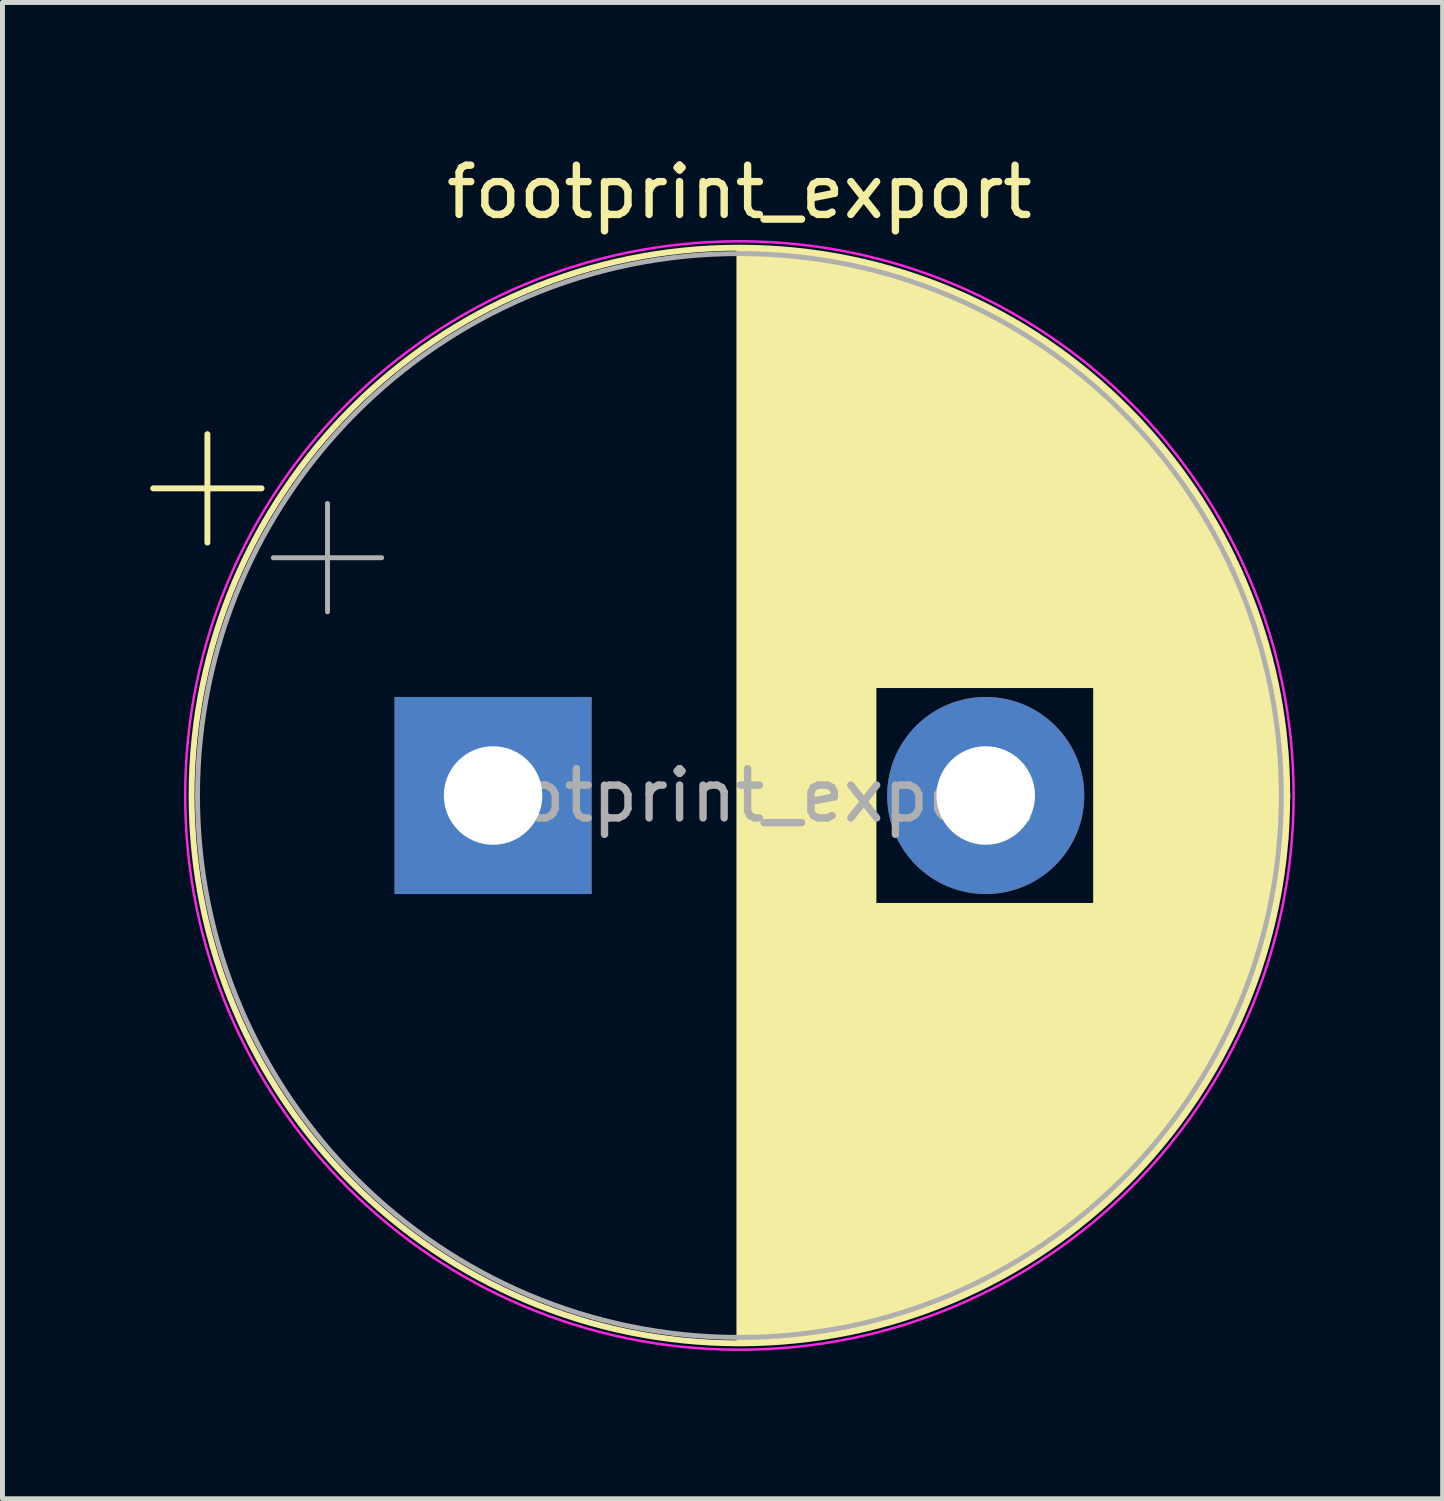
<source format=kicad_pcb>
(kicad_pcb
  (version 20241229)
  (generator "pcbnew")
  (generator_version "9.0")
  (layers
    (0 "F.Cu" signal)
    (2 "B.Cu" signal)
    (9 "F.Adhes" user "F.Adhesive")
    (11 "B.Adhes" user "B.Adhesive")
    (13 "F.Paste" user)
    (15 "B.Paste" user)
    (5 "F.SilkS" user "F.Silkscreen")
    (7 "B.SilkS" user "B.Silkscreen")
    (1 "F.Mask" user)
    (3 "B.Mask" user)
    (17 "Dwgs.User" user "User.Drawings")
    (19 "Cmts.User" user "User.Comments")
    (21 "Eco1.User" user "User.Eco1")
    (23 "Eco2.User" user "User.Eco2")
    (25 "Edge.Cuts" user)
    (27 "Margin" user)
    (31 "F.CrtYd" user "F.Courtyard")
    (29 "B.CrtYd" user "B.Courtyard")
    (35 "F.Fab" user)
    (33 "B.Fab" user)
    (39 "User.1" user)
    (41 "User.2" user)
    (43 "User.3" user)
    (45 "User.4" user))
  (footprint "footprint_export"
    (layer "F.Cu")
    (at 6.959 13.098)
    (property "Reference" "footprint_export" (at 5 -12.25 0) (layer "F.SilkS") (effects (font (size 1 1) (thickness 0.15))))
    (attr through_hole)
    (fp_line (start -6.899 -6.235) (end -4.699 -6.235) (stroke (width 0.12) (type solid)) (layer "F.SilkS"))
    (fp_line (start -5.799 -7.335) (end -5.799 -5.135) (stroke (width 0.12) (type solid)) (layer "F.SilkS"))
    (fp_line (start 5 -11.081) (end 5 11.081) (stroke (width 0.12) (type solid)) (layer "F.SilkS"))
    (fp_line (start 5.04 -11.08) (end 5.04 11.08) (stroke (width 0.12) (type solid)) (layer "F.SilkS"))
    (fp_line (start 5.08 -11.08) (end 5.08 11.08) (stroke (width 0.12) (type solid)) (layer "F.SilkS"))
    (fp_line (start 5.12 -11.08) (end 5.12 11.08) (stroke (width 0.12) (type solid)) (layer "F.SilkS"))
    (fp_line (start 5.16 -11.079) (end 5.16 11.079) (stroke (width 0.12) (type solid)) (layer "F.SilkS"))
    (fp_line (start 5.2 -11.079) (end 5.2 11.079) (stroke (width 0.12) (type solid)) (layer "F.SilkS"))
    (fp_line (start 5.24 -11.078) (end 5.24 11.078) (stroke (width 0.12) (type solid)) (layer "F.SilkS"))
    (fp_line (start 5.28 -11.077) (end 5.28 11.077) (stroke (width 0.12) (type solid)) (layer "F.SilkS"))
    (fp_line (start 5.32 -11.076) (end 5.32 11.076) (stroke (width 0.12) (type solid)) (layer "F.SilkS"))
    (fp_line (start 5.36 -11.075) (end 5.36 11.075) (stroke (width 0.12) (type solid)) (layer "F.SilkS"))
    (fp_line (start 5.4 -11.073) (end 5.4 11.073) (stroke (width 0.12) (type solid)) (layer "F.SilkS"))
    (fp_line (start 5.44 -11.072) (end 5.44 11.072) (stroke (width 0.12) (type solid)) (layer "F.SilkS"))
    (fp_line (start 5.48 -11.07) (end 5.48 11.07) (stroke (width 0.12) (type solid)) (layer "F.SilkS"))
    (fp_line (start 5.52 -11.068) (end 5.52 11.068) (stroke (width 0.12) (type solid)) (layer "F.SilkS"))
    (fp_line (start 5.56 -11.066) (end 5.56 11.066) (stroke (width 0.12) (type solid)) (layer "F.SilkS"))
    (fp_line (start 5.6 -11.064) (end 5.6 11.064) (stroke (width 0.12) (type solid)) (layer "F.SilkS"))
    (fp_line (start 5.64 -11.062) (end 5.64 11.062) (stroke (width 0.12) (type solid)) (layer "F.SilkS"))
    (fp_line (start 5.68 -11.06) (end 5.68 11.06) (stroke (width 0.12) (type solid)) (layer "F.SilkS"))
    (fp_line (start 5.721 -11.057) (end 5.721 11.057) (stroke (width 0.12) (type solid)) (layer "F.SilkS"))
    (fp_line (start 5.761 -11.054) (end 5.761 11.054) (stroke (width 0.12) (type solid)) (layer "F.SilkS"))
    (fp_line (start 5.801 -11.052) (end 5.801 11.052) (stroke (width 0.12) (type solid)) (layer "F.SilkS"))
    (fp_line (start 5.841 -11.049) (end 5.841 11.049) (stroke (width 0.12) (type solid)) (layer "F.SilkS"))
    (fp_line (start 5.881 -11.046) (end 5.881 11.046) (stroke (width 0.12) (type solid)) (layer "F.SilkS"))
    (fp_line (start 5.921 -11.042) (end 5.921 11.042) (stroke (width 0.12) (type solid)) (layer "F.SilkS"))
    (fp_line (start 5.961 -11.039) (end 5.961 11.039) (stroke (width 0.12) (type solid)) (layer "F.SilkS"))
    (fp_line (start 6.001 -11.035) (end 6.001 11.035) (stroke (width 0.12) (type solid)) (layer "F.SilkS"))
    (fp_line (start 6.041 -11.032) (end 6.041 11.032) (stroke (width 0.12) (type solid)) (layer "F.SilkS"))
    (fp_line (start 6.081 -11.028) (end 6.081 11.028) (stroke (width 0.12) (type solid)) (layer "F.SilkS"))
    (fp_line (start 6.121 -11.024) (end 6.121 11.024) (stroke (width 0.12) (type solid)) (layer "F.SilkS"))
    (fp_line (start 6.161 -11.02) (end 6.161 11.02) (stroke (width 0.12) (type solid)) (layer "F.SilkS"))
    (fp_line (start 6.201 -11.016) (end 6.201 11.016) (stroke (width 0.12) (type solid)) (layer "F.SilkS"))
    (fp_line (start 6.241 -11.011) (end 6.241 11.011) (stroke (width 0.12) (type solid)) (layer "F.SilkS"))
    (fp_line (start 6.281 -11.007) (end 6.281 11.007) (stroke (width 0.12) (type solid)) (layer "F.SilkS"))
    (fp_line (start 6.321 -11.002) (end 6.321 11.002) (stroke (width 0.12) (type solid)) (layer "F.SilkS"))
    (fp_line (start 6.361 -10.997) (end 6.361 10.997) (stroke (width 0.12) (type solid)) (layer "F.SilkS"))
    (fp_line (start 6.401 -10.992) (end 6.401 10.992) (stroke (width 0.12) (type solid)) (layer "F.SilkS"))
    (fp_line (start 6.441 -10.987) (end 6.441 10.987) (stroke (width 0.12) (type solid)) (layer "F.SilkS"))
    (fp_line (start 6.481 -10.982) (end 6.481 10.982) (stroke (width 0.12) (type solid)) (layer "F.SilkS"))
    (fp_line (start 6.521 -10.976) (end 6.521 10.976) (stroke (width 0.12) (type solid)) (layer "F.SilkS"))
    (fp_line (start 6.561 -10.971) (end 6.561 10.971) (stroke (width 0.12) (type solid)) (layer "F.SilkS"))
    (fp_line (start 6.601 -10.965) (end 6.601 10.965) (stroke (width 0.12) (type solid)) (layer "F.SilkS"))
    (fp_line (start 6.641 -10.959) (end 6.641 10.959) (stroke (width 0.12) (type solid)) (layer "F.SilkS"))
    (fp_line (start 6.681 -10.953) (end 6.681 10.953) (stroke (width 0.12) (type solid)) (layer "F.SilkS"))
    (fp_line (start 6.721 -10.947) (end 6.721 10.947) (stroke (width 0.12) (type solid)) (layer "F.SilkS"))
    (fp_line (start 6.761 -10.94) (end 6.761 10.94) (stroke (width 0.12) (type solid)) (layer "F.SilkS"))
    (fp_line (start 6.801 -10.934) (end 6.801 10.934) (stroke (width 0.12) (type solid)) (layer "F.SilkS"))
    (fp_line (start 6.841 -10.927) (end 6.841 10.927) (stroke (width 0.12) (type solid)) (layer "F.SilkS"))
    (fp_line (start 6.881 -10.92) (end 6.881 10.92) (stroke (width 0.12) (type solid)) (layer "F.SilkS"))
    (fp_line (start 6.921 -10.913) (end 6.921 10.913) (stroke (width 0.12) (type solid)) (layer "F.SilkS"))
    (fp_line (start 6.961 -10.906) (end 6.961 10.906) (stroke (width 0.12) (type solid)) (layer "F.SilkS"))
    (fp_line (start 7.001 -10.899) (end 7.001 10.899) (stroke (width 0.12) (type solid)) (layer "F.SilkS"))
    (fp_line (start 7.041 -10.892) (end 7.041 10.892) (stroke (width 0.12) (type solid)) (layer "F.SilkS"))
    (fp_line (start 7.081 -10.884) (end 7.081 10.884) (stroke (width 0.12) (type solid)) (layer "F.SilkS"))
    (fp_line (start 7.121 -10.877) (end 7.121 10.877) (stroke (width 0.12) (type solid)) (layer "F.SilkS"))
    (fp_line (start 7.161 -10.869) (end 7.161 10.869) (stroke (width 0.12) (type solid)) (layer "F.SilkS"))
    (fp_line (start 7.201 -10.861) (end 7.201 10.861) (stroke (width 0.12) (type solid)) (layer "F.SilkS"))
    (fp_line (start 7.241 -10.853) (end 7.241 10.853) (stroke (width 0.12) (type solid)) (layer "F.SilkS"))
    (fp_line (start 7.281 -10.844) (end 7.281 10.844) (stroke (width 0.12) (type solid)) (layer "F.SilkS"))
    (fp_line (start 7.321 -10.836) (end 7.321 10.836) (stroke (width 0.12) (type solid)) (layer "F.SilkS"))
    (fp_line (start 7.361 -10.827) (end 7.361 10.827) (stroke (width 0.12) (type solid)) (layer "F.SilkS"))
    (fp_line (start 7.401 -10.818) (end 7.401 10.818) (stroke (width 0.12) (type solid)) (layer "F.SilkS"))
    (fp_line (start 7.441 -10.809) (end 7.441 10.809) (stroke (width 0.12) (type solid)) (layer "F.SilkS"))
    (fp_line (start 7.481 -10.8) (end 7.481 10.8) (stroke (width 0.12) (type solid)) (layer "F.SilkS"))
    (fp_line (start 7.521 -10.791) (end 7.521 10.791) (stroke (width 0.12) (type solid)) (layer "F.SilkS"))
    (fp_line (start 7.561 -10.782) (end 7.561 10.782) (stroke (width 0.12) (type solid)) (layer "F.SilkS"))
    (fp_line (start 7.601 -10.772) (end 7.601 10.772) (stroke (width 0.12) (type solid)) (layer "F.SilkS"))
    (fp_line (start 7.641 -10.763) (end 7.641 10.763) (stroke (width 0.12) (type solid)) (layer "F.SilkS"))
    (fp_line (start 7.681 -10.753) (end 7.681 10.753) (stroke (width 0.12) (type solid)) (layer "F.SilkS"))
    (fp_line (start 7.721 -10.743) (end 7.721 10.743) (stroke (width 0.12) (type solid)) (layer "F.SilkS"))
    (fp_line (start 7.761 -10.733) (end 7.761 -2.24) (stroke (width 0.12) (type solid)) (layer "F.SilkS"))
    (fp_line (start 7.761 2.24) (end 7.761 10.733) (stroke (width 0.12) (type solid)) (layer "F.SilkS"))
    (fp_line (start 7.801 -10.722) (end 7.801 -2.24) (stroke (width 0.12) (type solid)) (layer "F.SilkS"))
    (fp_line (start 7.801 2.24) (end 7.801 10.722) (stroke (width 0.12) (type solid)) (layer "F.SilkS"))
    (fp_line (start 7.841 -10.712) (end 7.841 -2.24) (stroke (width 0.12) (type solid)) (layer "F.SilkS"))
    (fp_line (start 7.841 2.24) (end 7.841 10.712) (stroke (width 0.12) (type solid)) (layer "F.SilkS"))
    (fp_line (start 7.881 -10.701) (end 7.881 -2.24) (stroke (width 0.12) (type solid)) (layer "F.SilkS"))
    (fp_line (start 7.881 2.24) (end 7.881 10.701) (stroke (width 0.12) (type solid)) (layer "F.SilkS"))
    (fp_line (start 7.921 -10.69) (end 7.921 -2.24) (stroke (width 0.12) (type solid)) (layer "F.SilkS"))
    (fp_line (start 7.921 2.24) (end 7.921 10.69) (stroke (width 0.12) (type solid)) (layer "F.SilkS"))
    (fp_line (start 7.961 -10.679) (end 7.961 -2.24) (stroke (width 0.12) (type solid)) (layer "F.SilkS"))
    (fp_line (start 7.961 2.24) (end 7.961 10.679) (stroke (width 0.12) (type solid)) (layer "F.SilkS"))
    (fp_line (start 8.001 -10.668) (end 8.001 -2.24) (stroke (width 0.12) (type solid)) (layer "F.SilkS"))
    (fp_line (start 8.001 2.24) (end 8.001 10.668) (stroke (width 0.12) (type solid)) (layer "F.SilkS"))
    (fp_line (start 8.041 -10.657) (end 8.041 -2.24) (stroke (width 0.12) (type solid)) (layer "F.SilkS"))
    (fp_line (start 8.041 2.24) (end 8.041 10.657) (stroke (width 0.12) (type solid)) (layer "F.SilkS"))
    (fp_line (start 8.081 -10.645) (end 8.081 -2.24) (stroke (width 0.12) (type solid)) (layer "F.SilkS"))
    (fp_line (start 8.081 2.24) (end 8.081 10.645) (stroke (width 0.12) (type solid)) (layer "F.SilkS"))
    (fp_line (start 8.121 -10.634) (end 8.121 -2.24) (stroke (width 0.12) (type solid)) (layer "F.SilkS"))
    (fp_line (start 8.121 2.24) (end 8.121 10.634) (stroke (width 0.12) (type solid)) (layer "F.SilkS"))
    (fp_line (start 8.161 -10.622) (end 8.161 -2.24) (stroke (width 0.12) (type solid)) (layer "F.SilkS"))
    (fp_line (start 8.161 2.24) (end 8.161 10.622) (stroke (width 0.12) (type solid)) (layer "F.SilkS"))
    (fp_line (start 8.201 -10.61) (end 8.201 -2.24) (stroke (width 0.12) (type solid)) (layer "F.SilkS"))
    (fp_line (start 8.201 2.24) (end 8.201 10.61) (stroke (width 0.12) (type solid)) (layer "F.SilkS"))
    (fp_line (start 8.241 -10.598) (end 8.241 -2.24) (stroke (width 0.12) (type solid)) (layer "F.SilkS"))
    (fp_line (start 8.241 2.24) (end 8.241 10.598) (stroke (width 0.12) (type solid)) (layer "F.SilkS"))
    (fp_line (start 8.281 -10.586) (end 8.281 -2.24) (stroke (width 0.12) (type solid)) (layer "F.SilkS"))
    (fp_line (start 8.281 2.24) (end 8.281 10.586) (stroke (width 0.12) (type solid)) (layer "F.SilkS"))
    (fp_line (start 8.321 -10.573) (end 8.321 -2.24) (stroke (width 0.12) (type solid)) (layer "F.SilkS"))
    (fp_line (start 8.321 2.24) (end 8.321 10.573) (stroke (width 0.12) (type solid)) (layer "F.SilkS"))
    (fp_line (start 8.361 -10.561) (end 8.361 -2.24) (stroke (width 0.12) (type solid)) (layer "F.SilkS"))
    (fp_line (start 8.361 2.24) (end 8.361 10.561) (stroke (width 0.12) (type solid)) (layer "F.SilkS"))
    (fp_line (start 8.401 -10.548) (end 8.401 -2.24) (stroke (width 0.12) (type solid)) (layer "F.SilkS"))
    (fp_line (start 8.401 2.24) (end 8.401 10.548) (stroke (width 0.12) (type solid)) (layer "F.SilkS"))
    (fp_line (start 8.441 -10.535) (end 8.441 -2.24) (stroke (width 0.12) (type solid)) (layer "F.SilkS"))
    (fp_line (start 8.441 2.24) (end 8.441 10.535) (stroke (width 0.12) (type solid)) (layer "F.SilkS"))
    (fp_line (start 8.481 -10.522) (end 8.481 -2.24) (stroke (width 0.12) (type solid)) (layer "F.SilkS"))
    (fp_line (start 8.481 2.24) (end 8.481 10.522) (stroke (width 0.12) (type solid)) (layer "F.SilkS"))
    (fp_line (start 8.521 -10.509) (end 8.521 -2.24) (stroke (width 0.12) (type solid)) (layer "F.SilkS"))
    (fp_line (start 8.521 2.24) (end 8.521 10.509) (stroke (width 0.12) (type solid)) (layer "F.SilkS"))
    (fp_line (start 8.561 -10.495) (end 8.561 -2.24) (stroke (width 0.12) (type solid)) (layer "F.SilkS"))
    (fp_line (start 8.561 2.24) (end 8.561 10.495) (stroke (width 0.12) (type solid)) (layer "F.SilkS"))
    (fp_line (start 8.601 -10.482) (end 8.601 -2.24) (stroke (width 0.12) (type solid)) (layer "F.SilkS"))
    (fp_line (start 8.601 2.24) (end 8.601 10.482) (stroke (width 0.12) (type solid)) (layer "F.SilkS"))
    (fp_line (start 8.641 -10.468) (end 8.641 -2.24) (stroke (width 0.12) (type solid)) (layer "F.SilkS"))
    (fp_line (start 8.641 2.24) (end 8.641 10.468) (stroke (width 0.12) (type solid)) (layer "F.SilkS"))
    (fp_line (start 8.681 -10.454) (end 8.681 -2.24) (stroke (width 0.12) (type solid)) (layer "F.SilkS"))
    (fp_line (start 8.681 2.24) (end 8.681 10.454) (stroke (width 0.12) (type solid)) (layer "F.SilkS"))
    (fp_line (start 8.721 -10.44) (end 8.721 -2.24) (stroke (width 0.12) (type solid)) (layer "F.SilkS"))
    (fp_line (start 8.721 2.24) (end 8.721 10.44) (stroke (width 0.12) (type solid)) (layer "F.SilkS"))
    (fp_line (start 8.761 -10.426) (end 8.761 -2.24) (stroke (width 0.12) (type solid)) (layer "F.SilkS"))
    (fp_line (start 8.761 2.24) (end 8.761 10.426) (stroke (width 0.12) (type solid)) (layer "F.SilkS"))
    (fp_line (start 8.801 -10.411) (end 8.801 -2.24) (stroke (width 0.12) (type solid)) (layer "F.SilkS"))
    (fp_line (start 8.801 2.24) (end 8.801 10.411) (stroke (width 0.12) (type solid)) (layer "F.SilkS"))
    (fp_line (start 8.841 -10.396) (end 8.841 -2.24) (stroke (width 0.12) (type solid)) (layer "F.SilkS"))
    (fp_line (start 8.841 2.24) (end 8.841 10.396) (stroke (width 0.12) (type solid)) (layer "F.SilkS"))
    (fp_line (start 8.881 -10.382) (end 8.881 -2.24) (stroke (width 0.12) (type solid)) (layer "F.SilkS"))
    (fp_line (start 8.881 2.24) (end 8.881 10.382) (stroke (width 0.12) (type solid)) (layer "F.SilkS"))
    (fp_line (start 8.921 -10.367) (end 8.921 -2.24) (stroke (width 0.12) (type solid)) (layer "F.SilkS"))
    (fp_line (start 8.921 2.24) (end 8.921 10.367) (stroke (width 0.12) (type solid)) (layer "F.SilkS"))
    (fp_line (start 8.961 -10.351) (end 8.961 -2.24) (stroke (width 0.12) (type solid)) (layer "F.SilkS"))
    (fp_line (start 8.961 2.24) (end 8.961 10.351) (stroke (width 0.12) (type solid)) (layer "F.SilkS"))
    (fp_line (start 9.001 -10.336) (end 9.001 -2.24) (stroke (width 0.12) (type solid)) (layer "F.SilkS"))
    (fp_line (start 9.001 2.24) (end 9.001 10.336) (stroke (width 0.12) (type solid)) (layer "F.SilkS"))
    (fp_line (start 9.041 -10.321) (end 9.041 -2.24) (stroke (width 0.12) (type solid)) (layer "F.SilkS"))
    (fp_line (start 9.041 2.24) (end 9.041 10.321) (stroke (width 0.12) (type solid)) (layer "F.SilkS"))
    (fp_line (start 9.081 -10.305) (end 9.081 -2.24) (stroke (width 0.12) (type solid)) (layer "F.SilkS"))
    (fp_line (start 9.081 2.24) (end 9.081 10.305) (stroke (width 0.12) (type solid)) (layer "F.SilkS"))
    (fp_line (start 9.121 -10.289) (end 9.121 -2.24) (stroke (width 0.12) (type solid)) (layer "F.SilkS"))
    (fp_line (start 9.121 2.24) (end 9.121 10.289) (stroke (width 0.12) (type solid)) (layer "F.SilkS"))
    (fp_line (start 9.161 -10.273) (end 9.161 -2.24) (stroke (width 0.12) (type solid)) (layer "F.SilkS"))
    (fp_line (start 9.161 2.24) (end 9.161 10.273) (stroke (width 0.12) (type solid)) (layer "F.SilkS"))
    (fp_line (start 9.201 -10.257) (end 9.201 -2.24) (stroke (width 0.12) (type solid)) (layer "F.SilkS"))
    (fp_line (start 9.201 2.24) (end 9.201 10.257) (stroke (width 0.12) (type solid)) (layer "F.SilkS"))
    (fp_line (start 9.241 -10.24) (end 9.241 -2.24) (stroke (width 0.12) (type solid)) (layer "F.SilkS"))
    (fp_line (start 9.241 2.24) (end 9.241 10.24) (stroke (width 0.12) (type solid)) (layer "F.SilkS"))
    (fp_line (start 9.281 -10.224) (end 9.281 -2.24) (stroke (width 0.12) (type solid)) (layer "F.SilkS"))
    (fp_line (start 9.281 2.24) (end 9.281 10.224) (stroke (width 0.12) (type solid)) (layer "F.SilkS"))
    (fp_line (start 9.321 -10.207) (end 9.321 -2.24) (stroke (width 0.12) (type solid)) (layer "F.SilkS"))
    (fp_line (start 9.321 2.24) (end 9.321 10.207) (stroke (width 0.12) (type solid)) (layer "F.SilkS"))
    (fp_line (start 9.361 -10.19) (end 9.361 -2.24) (stroke (width 0.12) (type solid)) (layer "F.SilkS"))
    (fp_line (start 9.361 2.24) (end 9.361 10.19) (stroke (width 0.12) (type solid)) (layer "F.SilkS"))
    (fp_line (start 9.401 -10.173) (end 9.401 -2.24) (stroke (width 0.12) (type solid)) (layer "F.SilkS"))
    (fp_line (start 9.401 2.24) (end 9.401 10.173) (stroke (width 0.12) (type solid)) (layer "F.SilkS"))
    (fp_line (start 9.441 -10.156) (end 9.441 -2.24) (stroke (width 0.12) (type solid)) (layer "F.SilkS"))
    (fp_line (start 9.441 2.24) (end 9.441 10.156) (stroke (width 0.12) (type solid)) (layer "F.SilkS"))
    (fp_line (start 9.481 -10.138) (end 9.481 -2.24) (stroke (width 0.12) (type solid)) (layer "F.SilkS"))
    (fp_line (start 9.481 2.24) (end 9.481 10.138) (stroke (width 0.12) (type solid)) (layer "F.SilkS"))
    (fp_line (start 9.521 -10.12) (end 9.521 -2.24) (stroke (width 0.12) (type solid)) (layer "F.SilkS"))
    (fp_line (start 9.521 2.24) (end 9.521 10.12) (stroke (width 0.12) (type solid)) (layer "F.SilkS"))
    (fp_line (start 9.561 -10.103) (end 9.561 -2.24) (stroke (width 0.12) (type solid)) (layer "F.SilkS"))
    (fp_line (start 9.561 2.24) (end 9.561 10.103) (stroke (width 0.12) (type solid)) (layer "F.SilkS"))
    (fp_line (start 9.601 -10.084) (end 9.601 -2.24) (stroke (width 0.12) (type solid)) (layer "F.SilkS"))
    (fp_line (start 9.601 2.24) (end 9.601 10.084) (stroke (width 0.12) (type solid)) (layer "F.SilkS"))
    (fp_line (start 9.641 -10.066) (end 9.641 -2.24) (stroke (width 0.12) (type solid)) (layer "F.SilkS"))
    (fp_line (start 9.641 2.24) (end 9.641 10.066) (stroke (width 0.12) (type solid)) (layer "F.SilkS"))
    (fp_line (start 9.681 -10.048) (end 9.681 -2.24) (stroke (width 0.12) (type solid)) (layer "F.SilkS"))
    (fp_line (start 9.681 2.24) (end 9.681 10.048) (stroke (width 0.12) (type solid)) (layer "F.SilkS"))
    (fp_line (start 9.721 -10.029) (end 9.721 -2.24) (stroke (width 0.12) (type solid)) (layer "F.SilkS"))
    (fp_line (start 9.721 2.24) (end 9.721 10.029) (stroke (width 0.12) (type solid)) (layer "F.SilkS"))
    (fp_line (start 9.761 -10.01) (end 9.761 -2.24) (stroke (width 0.12) (type solid)) (layer "F.SilkS"))
    (fp_line (start 9.761 2.24) (end 9.761 10.01) (stroke (width 0.12) (type solid)) (layer "F.SilkS"))
    (fp_line (start 9.801 -9.991) (end 9.801 -2.24) (stroke (width 0.12) (type solid)) (layer "F.SilkS"))
    (fp_line (start 9.801 2.24) (end 9.801 9.991) (stroke (width 0.12) (type solid)) (layer "F.SilkS"))
    (fp_line (start 9.841 -9.972) (end 9.841 -2.24) (stroke (width 0.12) (type solid)) (layer "F.SilkS"))
    (fp_line (start 9.841 2.24) (end 9.841 9.972) (stroke (width 0.12) (type solid)) (layer "F.SilkS"))
    (fp_line (start 9.881 -9.952) (end 9.881 -2.24) (stroke (width 0.12) (type solid)) (layer "F.SilkS"))
    (fp_line (start 9.881 2.24) (end 9.881 9.952) (stroke (width 0.12) (type solid)) (layer "F.SilkS"))
    (fp_line (start 9.921 -9.933) (end 9.921 -2.24) (stroke (width 0.12) (type solid)) (layer "F.SilkS"))
    (fp_line (start 9.921 2.24) (end 9.921 9.933) (stroke (width 0.12) (type solid)) (layer "F.SilkS"))
    (fp_line (start 9.961 -9.913) (end 9.961 -2.24) (stroke (width 0.12) (type solid)) (layer "F.SilkS"))
    (fp_line (start 9.961 2.24) (end 9.961 9.913) (stroke (width 0.12) (type solid)) (layer "F.SilkS"))
    (fp_line (start 10.001 -9.893) (end 10.001 -2.24) (stroke (width 0.12) (type solid)) (layer "F.SilkS"))
    (fp_line (start 10.001 2.24) (end 10.001 9.893) (stroke (width 0.12) (type solid)) (layer "F.SilkS"))
    (fp_line (start 10.041 -9.873) (end 10.041 -2.24) (stroke (width 0.12) (type solid)) (layer "F.SilkS"))
    (fp_line (start 10.041 2.24) (end 10.041 9.873) (stroke (width 0.12) (type solid)) (layer "F.SilkS"))
    (fp_line (start 10.081 -9.852) (end 10.081 -2.24) (stroke (width 0.12) (type solid)) (layer "F.SilkS"))
    (fp_line (start 10.081 2.24) (end 10.081 9.852) (stroke (width 0.12) (type solid)) (layer "F.SilkS"))
    (fp_line (start 10.121 -9.832) (end 10.121 -2.24) (stroke (width 0.12) (type solid)) (layer "F.SilkS"))
    (fp_line (start 10.121 2.24) (end 10.121 9.832) (stroke (width 0.12) (type solid)) (layer "F.SilkS"))
    (fp_line (start 10.161 -9.811) (end 10.161 -2.24) (stroke (width 0.12) (type solid)) (layer "F.SilkS"))
    (fp_line (start 10.161 2.24) (end 10.161 9.811) (stroke (width 0.12) (type solid)) (layer "F.SilkS"))
    (fp_line (start 10.201 -9.79) (end 10.201 -2.24) (stroke (width 0.12) (type solid)) (layer "F.SilkS"))
    (fp_line (start 10.201 2.24) (end 10.201 9.79) (stroke (width 0.12) (type solid)) (layer "F.SilkS"))
    (fp_line (start 10.241 -9.768) (end 10.241 -2.24) (stroke (width 0.12) (type solid)) (layer "F.SilkS"))
    (fp_line (start 10.241 2.24) (end 10.241 9.768) (stroke (width 0.12) (type solid)) (layer "F.SilkS"))
    (fp_line (start 10.281 -9.747) (end 10.281 -2.24) (stroke (width 0.12) (type solid)) (layer "F.SilkS"))
    (fp_line (start 10.281 2.24) (end 10.281 9.747) (stroke (width 0.12) (type solid)) (layer "F.SilkS"))
    (fp_line (start 10.321 -9.725) (end 10.321 -2.24) (stroke (width 0.12) (type solid)) (layer "F.SilkS"))
    (fp_line (start 10.321 2.24) (end 10.321 9.725) (stroke (width 0.12) (type solid)) (layer "F.SilkS"))
    (fp_line (start 10.361 -9.703) (end 10.361 -2.24) (stroke (width 0.12) (type solid)) (layer "F.SilkS"))
    (fp_line (start 10.361 2.24) (end 10.361 9.703) (stroke (width 0.12) (type solid)) (layer "F.SilkS"))
    (fp_line (start 10.401 -9.681) (end 10.401 -2.24) (stroke (width 0.12) (type solid)) (layer "F.SilkS"))
    (fp_line (start 10.401 2.24) (end 10.401 9.681) (stroke (width 0.12) (type solid)) (layer "F.SilkS"))
    (fp_line (start 10.441 -9.659) (end 10.441 -2.24) (stroke (width 0.12) (type solid)) (layer "F.SilkS"))
    (fp_line (start 10.441 2.24) (end 10.441 9.659) (stroke (width 0.12) (type solid)) (layer "F.SilkS"))
    (fp_line (start 10.481 -9.636) (end 10.481 -2.24) (stroke (width 0.12) (type solid)) (layer "F.SilkS"))
    (fp_line (start 10.481 2.24) (end 10.481 9.636) (stroke (width 0.12) (type solid)) (layer "F.SilkS"))
    (fp_line (start 10.521 -9.614) (end 10.521 -2.24) (stroke (width 0.12) (type solid)) (layer "F.SilkS"))
    (fp_line (start 10.521 2.24) (end 10.521 9.614) (stroke (width 0.12) (type solid)) (layer "F.SilkS"))
    (fp_line (start 10.561 -9.591) (end 10.561 -2.24) (stroke (width 0.12) (type solid)) (layer "F.SilkS"))
    (fp_line (start 10.561 2.24) (end 10.561 9.591) (stroke (width 0.12) (type solid)) (layer "F.SilkS"))
    (fp_line (start 10.601 -9.567) (end 10.601 -2.24) (stroke (width 0.12) (type solid)) (layer "F.SilkS"))
    (fp_line (start 10.601 2.24) (end 10.601 9.567) (stroke (width 0.12) (type solid)) (layer "F.SilkS"))
    (fp_line (start 10.641 -9.544) (end 10.641 -2.24) (stroke (width 0.12) (type solid)) (layer "F.SilkS"))
    (fp_line (start 10.641 2.24) (end 10.641 9.544) (stroke (width 0.12) (type solid)) (layer "F.SilkS"))
    (fp_line (start 10.681 -9.52) (end 10.681 -2.24) (stroke (width 0.12) (type solid)) (layer "F.SilkS"))
    (fp_line (start 10.681 2.24) (end 10.681 9.52) (stroke (width 0.12) (type solid)) (layer "F.SilkS"))
    (fp_line (start 10.721 -9.497) (end 10.721 -2.24) (stroke (width 0.12) (type solid)) (layer "F.SilkS"))
    (fp_line (start 10.721 2.24) (end 10.721 9.497) (stroke (width 0.12) (type solid)) (layer "F.SilkS"))
    (fp_line (start 10.761 -9.472) (end 10.761 -2.24) (stroke (width 0.12) (type solid)) (layer "F.SilkS"))
    (fp_line (start 10.761 2.24) (end 10.761 9.472) (stroke (width 0.12) (type solid)) (layer "F.SilkS"))
    (fp_line (start 10.801 -9.448) (end 10.801 -2.24) (stroke (width 0.12) (type solid)) (layer "F.SilkS"))
    (fp_line (start 10.801 2.24) (end 10.801 9.448) (stroke (width 0.12) (type solid)) (layer "F.SilkS"))
    (fp_line (start 10.841 -9.424) (end 10.841 -2.24) (stroke (width 0.12) (type solid)) (layer "F.SilkS"))
    (fp_line (start 10.841 2.24) (end 10.841 9.424) (stroke (width 0.12) (type solid)) (layer "F.SilkS"))
    (fp_line (start 10.881 -9.399) (end 10.881 -2.24) (stroke (width 0.12) (type solid)) (layer "F.SilkS"))
    (fp_line (start 10.881 2.24) (end 10.881 9.399) (stroke (width 0.12) (type solid)) (layer "F.SilkS"))
    (fp_line (start 10.921 -9.374) (end 10.921 -2.24) (stroke (width 0.12) (type solid)) (layer "F.SilkS"))
    (fp_line (start 10.921 2.24) (end 10.921 9.374) (stroke (width 0.12) (type solid)) (layer "F.SilkS"))
    (fp_line (start 10.961 -9.348) (end 10.961 -2.24) (stroke (width 0.12) (type solid)) (layer "F.SilkS"))
    (fp_line (start 10.961 2.24) (end 10.961 9.348) (stroke (width 0.12) (type solid)) (layer "F.SilkS"))
    (fp_line (start 11.001 -9.323) (end 11.001 -2.24) (stroke (width 0.12) (type solid)) (layer "F.SilkS"))
    (fp_line (start 11.001 2.24) (end 11.001 9.323) (stroke (width 0.12) (type solid)) (layer "F.SilkS"))
    (fp_line (start 11.041 -9.297) (end 11.041 -2.24) (stroke (width 0.12) (type solid)) (layer "F.SilkS"))
    (fp_line (start 11.041 2.24) (end 11.041 9.297) (stroke (width 0.12) (type solid)) (layer "F.SilkS"))
    (fp_line (start 11.081 -9.271) (end 11.081 -2.24) (stroke (width 0.12) (type solid)) (layer "F.SilkS"))
    (fp_line (start 11.081 2.24) (end 11.081 9.271) (stroke (width 0.12) (type solid)) (layer "F.SilkS"))
    (fp_line (start 11.121 -9.245) (end 11.121 -2.24) (stroke (width 0.12) (type solid)) (layer "F.SilkS"))
    (fp_line (start 11.121 2.24) (end 11.121 9.245) (stroke (width 0.12) (type solid)) (layer "F.SilkS"))
    (fp_line (start 11.161 -9.218) (end 11.161 -2.24) (stroke (width 0.12) (type solid)) (layer "F.SilkS"))
    (fp_line (start 11.161 2.24) (end 11.161 9.218) (stroke (width 0.12) (type solid)) (layer "F.SilkS"))
    (fp_line (start 11.201 -9.192) (end 11.201 -2.24) (stroke (width 0.12) (type solid)) (layer "F.SilkS"))
    (fp_line (start 11.201 2.24) (end 11.201 9.192) (stroke (width 0.12) (type solid)) (layer "F.SilkS"))
    (fp_line (start 11.241 -9.165) (end 11.241 -2.24) (stroke (width 0.12) (type solid)) (layer "F.SilkS"))
    (fp_line (start 11.241 2.24) (end 11.241 9.165) (stroke (width 0.12) (type solid)) (layer "F.SilkS"))
    (fp_line (start 11.281 -9.137) (end 11.281 -2.24) (stroke (width 0.12) (type solid)) (layer "F.SilkS"))
    (fp_line (start 11.281 2.24) (end 11.281 9.137) (stroke (width 0.12) (type solid)) (layer "F.SilkS"))
    (fp_line (start 11.321 -9.11) (end 11.321 -2.24) (stroke (width 0.12) (type solid)) (layer "F.SilkS"))
    (fp_line (start 11.321 2.24) (end 11.321 9.11) (stroke (width 0.12) (type solid)) (layer "F.SilkS"))
    (fp_line (start 11.361 -9.082) (end 11.361 -2.24) (stroke (width 0.12) (type solid)) (layer "F.SilkS"))
    (fp_line (start 11.361 2.24) (end 11.361 9.082) (stroke (width 0.12) (type solid)) (layer "F.SilkS"))
    (fp_line (start 11.401 -9.054) (end 11.401 -2.24) (stroke (width 0.12) (type solid)) (layer "F.SilkS"))
    (fp_line (start 11.401 2.24) (end 11.401 9.054) (stroke (width 0.12) (type solid)) (layer "F.SilkS"))
    (fp_line (start 11.441 -9.026) (end 11.441 -2.24) (stroke (width 0.12) (type solid)) (layer "F.SilkS"))
    (fp_line (start 11.441 2.24) (end 11.441 9.026) (stroke (width 0.12) (type solid)) (layer "F.SilkS"))
    (fp_line (start 11.481 -8.997) (end 11.481 -2.24) (stroke (width 0.12) (type solid)) (layer "F.SilkS"))
    (fp_line (start 11.481 2.24) (end 11.481 8.997) (stroke (width 0.12) (type solid)) (layer "F.SilkS"))
    (fp_line (start 11.521 -8.968) (end 11.521 -2.24) (stroke (width 0.12) (type solid)) (layer "F.SilkS"))
    (fp_line (start 11.521 2.24) (end 11.521 8.968) (stroke (width 0.12) (type solid)) (layer "F.SilkS"))
    (fp_line (start 11.561 -8.939) (end 11.561 -2.24) (stroke (width 0.12) (type solid)) (layer "F.SilkS"))
    (fp_line (start 11.561 2.24) (end 11.561 8.939) (stroke (width 0.12) (type solid)) (layer "F.SilkS"))
    (fp_line (start 11.601 -8.91) (end 11.601 -2.24) (stroke (width 0.12) (type solid)) (layer "F.SilkS"))
    (fp_line (start 11.601 2.24) (end 11.601 8.91) (stroke (width 0.12) (type solid)) (layer "F.SilkS"))
    (fp_line (start 11.641 -8.88) (end 11.641 -2.24) (stroke (width 0.12) (type solid)) (layer "F.SilkS"))
    (fp_line (start 11.641 2.24) (end 11.641 8.88) (stroke (width 0.12) (type solid)) (layer "F.SilkS"))
    (fp_line (start 11.681 -8.85) (end 11.681 -2.24) (stroke (width 0.12) (type solid)) (layer "F.SilkS"))
    (fp_line (start 11.681 2.24) (end 11.681 8.85) (stroke (width 0.12) (type solid)) (layer "F.SilkS"))
    (fp_line (start 11.721 -8.82) (end 11.721 -2.24) (stroke (width 0.12) (type solid)) (layer "F.SilkS"))
    (fp_line (start 11.721 2.24) (end 11.721 8.82) (stroke (width 0.12) (type solid)) (layer "F.SilkS"))
    (fp_line (start 11.761 -8.79) (end 11.761 -2.24) (stroke (width 0.12) (type solid)) (layer "F.SilkS"))
    (fp_line (start 11.761 2.24) (end 11.761 8.79) (stroke (width 0.12) (type solid)) (layer "F.SilkS"))
    (fp_line (start 11.801 -8.759) (end 11.801 -2.24) (stroke (width 0.12) (type solid)) (layer "F.SilkS"))
    (fp_line (start 11.801 2.24) (end 11.801 8.759) (stroke (width 0.12) (type solid)) (layer "F.SilkS"))
    (fp_line (start 11.841 -8.728) (end 11.841 -2.24) (stroke (width 0.12) (type solid)) (layer "F.SilkS"))
    (fp_line (start 11.841 2.24) (end 11.841 8.728) (stroke (width 0.12) (type solid)) (layer "F.SilkS"))
    (fp_line (start 11.881 -8.697) (end 11.881 -2.24) (stroke (width 0.12) (type solid)) (layer "F.SilkS"))
    (fp_line (start 11.881 2.24) (end 11.881 8.697) (stroke (width 0.12) (type solid)) (layer "F.SilkS"))
    (fp_line (start 11.921 -8.665) (end 11.921 -2.24) (stroke (width 0.12) (type solid)) (layer "F.SilkS"))
    (fp_line (start 11.921 2.24) (end 11.921 8.665) (stroke (width 0.12) (type solid)) (layer "F.SilkS"))
    (fp_line (start 11.961 -8.633) (end 11.961 -2.24) (stroke (width 0.12) (type solid)) (layer "F.SilkS"))
    (fp_line (start 11.961 2.24) (end 11.961 8.633) (stroke (width 0.12) (type solid)) (layer "F.SilkS"))
    (fp_line (start 12.001 -8.601) (end 12.001 -2.24) (stroke (width 0.12) (type solid)) (layer "F.SilkS"))
    (fp_line (start 12.001 2.24) (end 12.001 8.601) (stroke (width 0.12) (type solid)) (layer "F.SilkS"))
    (fp_line (start 12.041 -8.568) (end 12.041 -2.24) (stroke (width 0.12) (type solid)) (layer "F.SilkS"))
    (fp_line (start 12.041 2.24) (end 12.041 8.568) (stroke (width 0.12) (type solid)) (layer "F.SilkS"))
    (fp_line (start 12.081 -8.535) (end 12.081 -2.24) (stroke (width 0.12) (type solid)) (layer "F.SilkS"))
    (fp_line (start 12.081 2.24) (end 12.081 8.535) (stroke (width 0.12) (type solid)) (layer "F.SilkS"))
    (fp_line (start 12.121 -8.502) (end 12.121 -2.24) (stroke (width 0.12) (type solid)) (layer "F.SilkS"))
    (fp_line (start 12.121 2.24) (end 12.121 8.502) (stroke (width 0.12) (type solid)) (layer "F.SilkS"))
    (fp_line (start 12.161 -8.469) (end 12.161 -2.24) (stroke (width 0.12) (type solid)) (layer "F.SilkS"))
    (fp_line (start 12.161 2.24) (end 12.161 8.469) (stroke (width 0.12) (type solid)) (layer "F.SilkS"))
    (fp_line (start 12.201 -8.435) (end 12.201 -2.24) (stroke (width 0.12) (type solid)) (layer "F.SilkS"))
    (fp_line (start 12.201 2.24) (end 12.201 8.435) (stroke (width 0.12) (type solid)) (layer "F.SilkS"))
    (fp_line (start 12.241 -8.401) (end 12.241 8.401) (stroke (width 0.12) (type solid)) (layer "F.SilkS"))
    (fp_line (start 12.281 -8.366) (end 12.281 8.366) (stroke (width 0.12) (type solid)) (layer "F.SilkS"))
    (fp_line (start 12.321 -8.331) (end 12.321 8.331) (stroke (width 0.12) (type solid)) (layer "F.SilkS"))
    (fp_line (start 12.361 -8.296) (end 12.361 8.296) (stroke (width 0.12) (type solid)) (layer "F.SilkS"))
    (fp_line (start 12.401 -8.261) (end 12.401 8.261) (stroke (width 0.12) (type solid)) (layer "F.SilkS"))
    (fp_line (start 12.441 -8.225) (end 12.441 8.225) (stroke (width 0.12) (type solid)) (layer "F.SilkS"))
    (fp_line (start 12.481 -8.189) (end 12.481 8.189) (stroke (width 0.12) (type solid)) (layer "F.SilkS"))
    (fp_line (start 12.521 -8.152) (end 12.521 8.152) (stroke (width 0.12) (type solid)) (layer "F.SilkS"))
    (fp_line (start 12.561 -8.115) (end 12.561 8.115) (stroke (width 0.12) (type solid)) (layer "F.SilkS"))
    (fp_line (start 12.601 -8.078) (end 12.601 8.078) (stroke (width 0.12) (type solid)) (layer "F.SilkS"))
    (fp_line (start 12.641 -8.04) (end 12.641 8.04) (stroke (width 0.12) (type solid)) (layer "F.SilkS"))
    (fp_line (start 12.681 -8.002) (end 12.681 8.002) (stroke (width 0.12) (type solid)) (layer "F.SilkS"))
    (fp_line (start 12.721 -7.964) (end 12.721 7.964) (stroke (width 0.12) (type solid)) (layer "F.SilkS"))
    (fp_line (start 12.761 -7.925) (end 12.761 7.925) (stroke (width 0.12) (type solid)) (layer "F.SilkS"))
    (fp_line (start 12.801 -7.886) (end 12.801 7.886) (stroke (width 0.12) (type solid)) (layer "F.SilkS"))
    (fp_line (start 12.841 -7.846) (end 12.841 7.846) (stroke (width 0.12) (type solid)) (layer "F.SilkS"))
    (fp_line (start 12.881 -7.807) (end 12.881 7.807) (stroke (width 0.12) (type solid)) (layer "F.SilkS"))
    (fp_line (start 12.921 -7.766) (end 12.921 7.766) (stroke (width 0.12) (type solid)) (layer "F.SilkS"))
    (fp_line (start 12.961 -7.725) (end 12.961 7.725) (stroke (width 0.12) (type solid)) (layer "F.SilkS"))
    (fp_line (start 13.001 -7.684) (end 13.001 7.684) (stroke (width 0.12) (type solid)) (layer "F.SilkS"))
    (fp_line (start 13.041 -7.642) (end 13.041 7.642) (stroke (width 0.12) (type solid)) (layer "F.SilkS"))
    (fp_line (start 13.081 -7.6) (end 13.081 7.6) (stroke (width 0.12) (type solid)) (layer "F.SilkS"))
    (fp_line (start 13.121 -7.558) (end 13.121 7.558) (stroke (width 0.12) (type solid)) (layer "F.SilkS"))
    (fp_line (start 13.161 -7.515) (end 13.161 7.515) (stroke (width 0.12) (type solid)) (layer "F.SilkS"))
    (fp_line (start 13.2 -7.471) (end 13.2 7.471) (stroke (width 0.12) (type solid)) (layer "F.SilkS"))
    (fp_line (start 13.24 -7.428) (end 13.24 7.428) (stroke (width 0.12) (type solid)) (layer "F.SilkS"))
    (fp_line (start 13.28 -7.383) (end 13.28 7.383) (stroke (width 0.12) (type solid)) (layer "F.SilkS"))
    (fp_line (start 13.32 -7.338) (end 13.32 7.338) (stroke (width 0.12) (type solid)) (layer "F.SilkS"))
    (fp_line (start 13.36 -7.293) (end 13.36 7.293) (stroke (width 0.12) (type solid)) (layer "F.SilkS"))
    (fp_line (start 13.4 -7.247) (end 13.4 7.247) (stroke (width 0.12) (type solid)) (layer "F.SilkS"))
    (fp_line (start 13.44 -7.201) (end 13.44 7.201) (stroke (width 0.12) (type solid)) (layer "F.SilkS"))
    (fp_line (start 13.48 -7.154) (end 13.48 7.154) (stroke (width 0.12) (type solid)) (layer "F.SilkS"))
    (fp_line (start 13.52 -7.106) (end 13.52 7.106) (stroke (width 0.12) (type solid)) (layer "F.SilkS"))
    (fp_line (start 13.56 -7.058) (end 13.56 7.058) (stroke (width 0.12) (type solid)) (layer "F.SilkS"))
    (fp_line (start 13.6 -7.01) (end 13.6 7.01) (stroke (width 0.12) (type solid)) (layer "F.SilkS"))
    (fp_line (start 13.64 -6.961) (end 13.64 6.961) (stroke (width 0.12) (type solid)) (layer "F.SilkS"))
    (fp_line (start 13.68 -6.911) (end 13.68 6.911) (stroke (width 0.12) (type solid)) (layer "F.SilkS"))
    (fp_line (start 13.72 -6.861) (end 13.72 6.861) (stroke (width 0.12) (type solid)) (layer "F.SilkS"))
    (fp_line (start 13.76 -6.81) (end 13.76 6.81) (stroke (width 0.12) (type solid)) (layer "F.SilkS"))
    (fp_line (start 13.8 -6.759) (end 13.8 6.759) (stroke (width 0.12) (type solid)) (layer "F.SilkS"))
    (fp_line (start 13.84 -6.707) (end 13.84 6.707) (stroke (width 0.12) (type solid)) (layer "F.SilkS"))
    (fp_line (start 13.88 -6.654) (end 13.88 6.654) (stroke (width 0.12) (type solid)) (layer "F.SilkS"))
    (fp_line (start 13.92 -6.6) (end 13.92 6.6) (stroke (width 0.12) (type solid)) (layer "F.SilkS"))
    (fp_line (start 13.96 -6.546) (end 13.96 6.546) (stroke (width 0.12) (type solid)) (layer "F.SilkS"))
    (fp_line (start 14 -6.492) (end 14 6.492) (stroke (width 0.12) (type solid)) (layer "F.SilkS"))
    (fp_line (start 14.04 -6.436) (end 14.04 6.436) (stroke (width 0.12) (type solid)) (layer "F.SilkS"))
    (fp_line (start 14.08 -6.38) (end 14.08 6.38) (stroke (width 0.12) (type solid)) (layer "F.SilkS"))
    (fp_line (start 14.12 -6.323) (end 14.12 6.323) (stroke (width 0.12) (type solid)) (layer "F.SilkS"))
    (fp_line (start 14.16 -6.265) (end 14.16 6.265) (stroke (width 0.12) (type solid)) (layer "F.SilkS"))
    (fp_line (start 14.2 -6.207) (end 14.2 6.207) (stroke (width 0.12) (type solid)) (layer "F.SilkS"))
    (fp_line (start 14.24 -6.147) (end 14.24 6.147) (stroke (width 0.12) (type solid)) (layer "F.SilkS"))
    (fp_line (start 14.28 -6.087) (end 14.28 6.087) (stroke (width 0.12) (type solid)) (layer "F.SilkS"))
    (fp_line (start 14.32 -6.026) (end 14.32 6.026) (stroke (width 0.12) (type solid)) (layer "F.SilkS"))
    (fp_line (start 14.36 -5.964) (end 14.36 5.964) (stroke (width 0.12) (type solid)) (layer "F.SilkS"))
    (fp_line (start 14.4 -5.901) (end 14.4 5.901) (stroke (width 0.12) (type solid)) (layer "F.SilkS"))
    (fp_line (start 14.44 -5.838) (end 14.44 5.838) (stroke (width 0.12) (type solid)) (layer "F.SilkS"))
    (fp_line (start 14.48 -5.773) (end 14.48 5.773) (stroke (width 0.12) (type solid)) (layer "F.SilkS"))
    (fp_line (start 14.52 -5.707) (end 14.52 5.707) (stroke (width 0.12) (type solid)) (layer "F.SilkS"))
    (fp_line (start 14.56 -5.64) (end 14.56 5.64) (stroke (width 0.12) (type solid)) (layer "F.SilkS"))
    (fp_line (start 14.6 -5.572) (end 14.6 5.572) (stroke (width 0.12) (type solid)) (layer "F.SilkS"))
    (fp_line (start 14.64 -5.503) (end 14.64 5.503) (stroke (width 0.12) (type solid)) (layer "F.SilkS"))
    (fp_line (start 14.68 -5.433) (end 14.68 5.433) (stroke (width 0.12) (type solid)) (layer "F.SilkS"))
    (fp_line (start 14.72 -5.362) (end 14.72 5.362) (stroke (width 0.12) (type solid)) (layer "F.SilkS"))
    (fp_line (start 14.76 -5.289) (end 14.76 5.289) (stroke (width 0.12) (type solid)) (layer "F.SilkS"))
    (fp_line (start 14.8 -5.215) (end 14.8 5.215) (stroke (width 0.12) (type solid)) (layer "F.SilkS"))
    (fp_line (start 14.84 -5.14) (end 14.84 5.14) (stroke (width 0.12) (type solid)) (layer "F.SilkS"))
    (fp_line (start 14.88 -5.063) (end 14.88 5.063) (stroke (width 0.12) (type solid)) (layer "F.SilkS"))
    (fp_line (start 14.92 -4.985) (end 14.92 4.985) (stroke (width 0.12) (type solid)) (layer "F.SilkS"))
    (fp_line (start 14.96 -4.905) (end 14.96 4.905) (stroke (width 0.12) (type solid)) (layer "F.SilkS"))
    (fp_line (start 15 -4.824) (end 15 4.824) (stroke (width 0.12) (type solid)) (layer "F.SilkS"))
    (fp_line (start 15.04 -4.741) (end 15.04 4.741) (stroke (width 0.12) (type solid)) (layer "F.SilkS"))
    (fp_line (start 15.08 -4.656) (end 15.08 4.656) (stroke (width 0.12) (type solid)) (layer "F.SilkS"))
    (fp_line (start 15.12 -4.569) (end 15.12 4.569) (stroke (width 0.12) (type solid)) (layer "F.SilkS"))
    (fp_line (start 15.16 -4.48) (end 15.16 4.48) (stroke (width 0.12) (type solid)) (layer "F.SilkS"))
    (fp_line (start 15.2 -4.389) (end 15.2 4.389) (stroke (width 0.12) (type solid)) (layer "F.SilkS"))
    (fp_line (start 15.24 -4.296) (end 15.24 4.296) (stroke (width 0.12) (type solid)) (layer "F.SilkS"))
    (fp_line (start 15.28 -4.2) (end 15.28 4.2) (stroke (width 0.12) (type solid)) (layer "F.SilkS"))
    (fp_line (start 15.32 -4.102) (end 15.32 4.102) (stroke (width 0.12) (type solid)) (layer "F.SilkS"))
    (fp_line (start 15.36 -4.001) (end 15.36 4.001) (stroke (width 0.12) (type solid)) (layer "F.SilkS"))
    (fp_line (start 15.4 -3.897) (end 15.4 3.897) (stroke (width 0.12) (type solid)) (layer "F.SilkS"))
    (fp_line (start 15.44 -3.789) (end 15.44 3.789) (stroke (width 0.12) (type solid)) (layer "F.SilkS"))
    (fp_line (start 15.48 -3.679) (end 15.48 3.679) (stroke (width 0.12) (type solid)) (layer "F.SilkS"))
    (fp_line (start 15.52 -3.564) (end 15.52 3.564) (stroke (width 0.12) (type solid)) (layer "F.SilkS"))
    (fp_line (start 15.56 -3.445) (end 15.56 3.445) (stroke (width 0.12) (type solid)) (layer "F.SilkS"))
    (fp_line (start 15.6 -3.321) (end 15.6 3.321) (stroke (width 0.12) (type solid)) (layer "F.SilkS"))
    (fp_line (start 15.64 -3.192) (end 15.64 3.192) (stroke (width 0.12) (type solid)) (layer "F.SilkS"))
    (fp_line (start 15.68 -3.058) (end 15.68 3.058) (stroke (width 0.12) (type solid)) (layer "F.SilkS"))
    (fp_line (start 15.72 -2.916) (end 15.72 2.916) (stroke (width 0.12) (type solid)) (layer "F.SilkS"))
    (fp_line (start 15.76 -2.767) (end 15.76 2.767) (stroke (width 0.12) (type solid)) (layer "F.SilkS"))
    (fp_line (start 15.8 -2.609) (end 15.8 2.609) (stroke (width 0.12) (type solid)) (layer "F.SilkS"))
    (fp_line (start 15.84 -2.44) (end 15.84 2.44) (stroke (width 0.12) (type solid)) (layer "F.SilkS"))
    (fp_line (start 15.88 -2.258) (end 15.88 2.258) (stroke (width 0.12) (type solid)) (layer "F.SilkS"))
    (fp_line (start 15.92 -2.06) (end 15.92 2.06) (stroke (width 0.12) (type solid)) (layer "F.SilkS"))
    (fp_line (start 15.96 -1.84) (end 15.96 1.84) (stroke (width 0.12) (type solid)) (layer "F.SilkS"))
    (fp_line (start 16 -1.59) (end 16 1.59) (stroke (width 0.12) (type solid)) (layer "F.SilkS"))
    (fp_line (start 16.04 -1.292) (end 16.04 1.292) (stroke (width 0.12) (type solid)) (layer "F.SilkS"))
    (fp_line (start 16.08 -0.903) (end 16.08 0.903) (stroke (width 0.12) (type solid)) (layer "F.SilkS"))
    (fp_line (start 16.12 -0.04) (end 16.12 0.04) (stroke (width 0.12) (type solid)) (layer "F.SilkS"))
    (fp_circle (center 5 0) (end 16.12 0) (stroke (width 0.12) (type solid)) (fill no) (layer "F.SilkS"))
    (fp_circle (center 5 0) (end 16.25 0) (stroke (width 0.05) (type solid)) (fill no) (layer "F.CrtYd"))
    (fp_line (start -4.461 -4.827) (end -2.261 -4.827) (stroke (width 0.1) (type solid)) (layer "F.Fab"))
    (fp_line (start -3.361 -5.928) (end -3.361 -3.728) (stroke (width 0.1) (type solid)) (layer "F.Fab"))
    (fp_circle (center 5 0) (end 16 0) (stroke (width 0.1) (type solid)) (fill no) (layer "F.Fab"))
    (fp_text user "${REFERENCE}" (at 5 0 0) (layer "F.Fab") (effects (font (size 1 1) (thickness 0.15))))
    (pad "1" thru_hole rect (at 0 0) (size 4 4) (drill 2) (layers "*.Cu" "*.Mask"))
    (pad "2" thru_hole circle (at 10 0) (size 4 4) (drill 2) (layers "*.Cu" "*.Mask")))
  (gr_rect
    (start -3 -3)
    (end 26.234 27.373)
    (stroke (width 0.1) (type default))
    (fill no)
    (layer "Edge.Cuts")))
</source>
